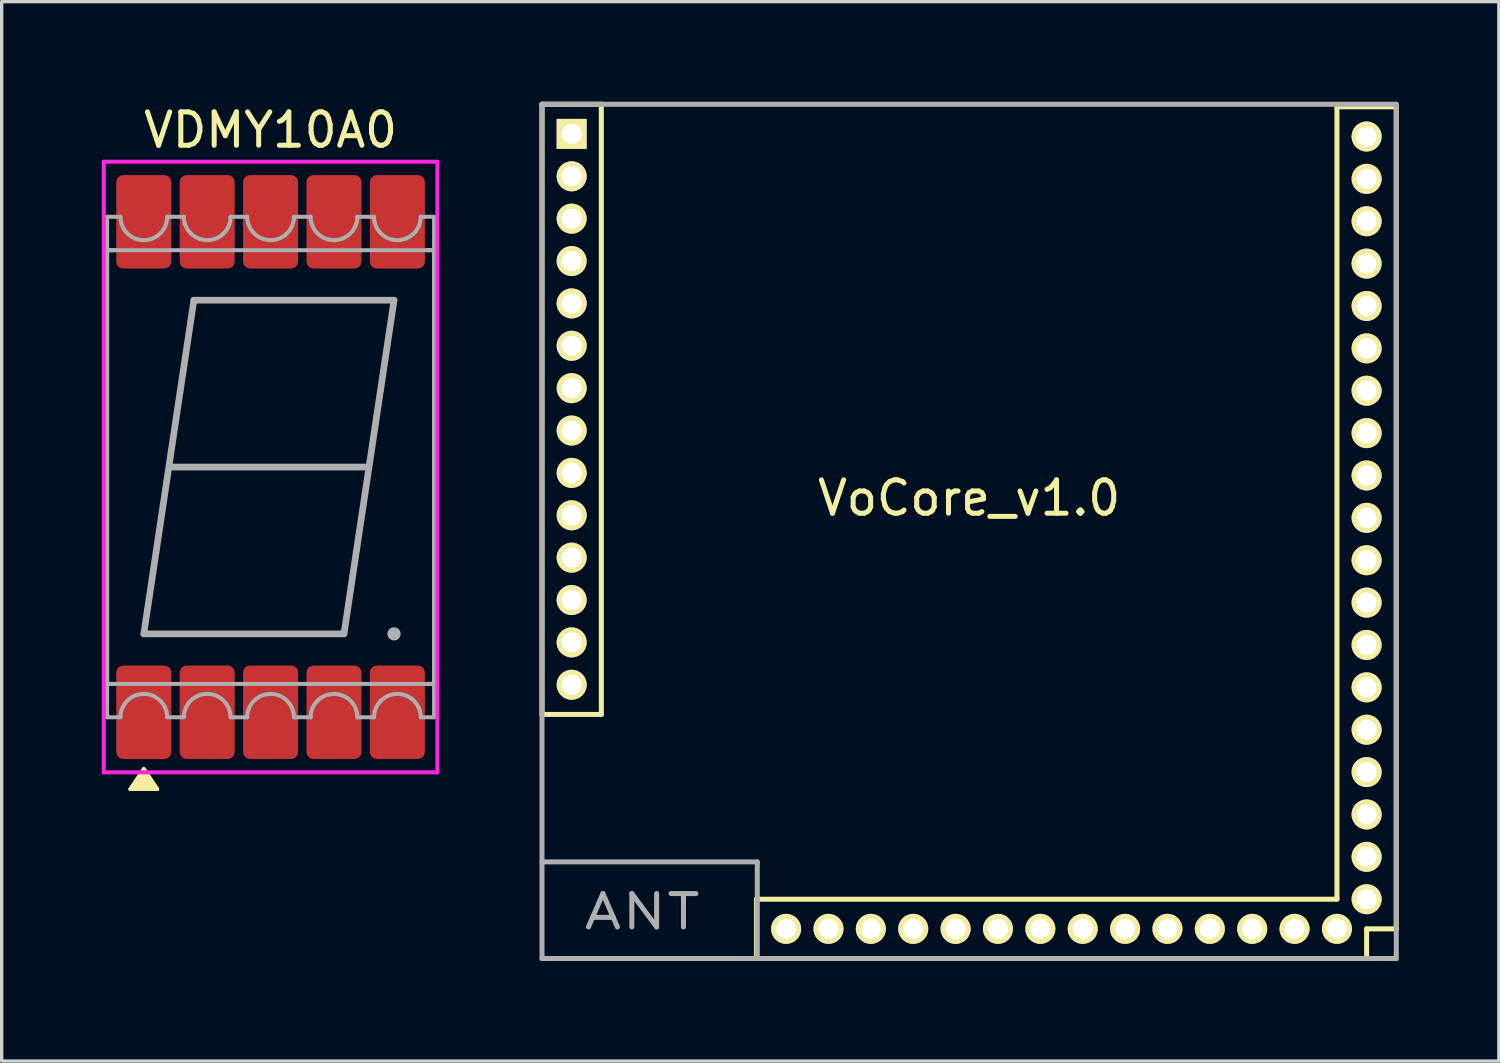
<source format=kicad_pcb>
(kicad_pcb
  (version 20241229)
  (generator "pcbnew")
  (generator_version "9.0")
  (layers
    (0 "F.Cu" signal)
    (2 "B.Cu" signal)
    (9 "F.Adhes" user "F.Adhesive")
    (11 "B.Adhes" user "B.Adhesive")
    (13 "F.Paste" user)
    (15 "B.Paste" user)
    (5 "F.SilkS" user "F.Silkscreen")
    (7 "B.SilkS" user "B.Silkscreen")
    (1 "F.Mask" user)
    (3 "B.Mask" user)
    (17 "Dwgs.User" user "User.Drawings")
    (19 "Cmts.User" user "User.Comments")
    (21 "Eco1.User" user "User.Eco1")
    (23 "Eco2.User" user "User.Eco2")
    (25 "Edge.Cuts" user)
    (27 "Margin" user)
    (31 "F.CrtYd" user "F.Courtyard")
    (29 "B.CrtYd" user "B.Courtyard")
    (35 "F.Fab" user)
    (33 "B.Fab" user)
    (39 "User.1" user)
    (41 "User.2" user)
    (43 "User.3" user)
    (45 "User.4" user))
  (footprint "VoCore_v1.0"
    (layer "F.Cu")
    (at 25.997 12.877)
    (property "Reference" "VoCore_v1.0" (at 0 -1 0) (layer "F.SilkS") (effects (font (size 1 1) (thickness 0.15))))
    (attr through_hole)
    (fp_line (start -12.802 -12.802) (end -11.024 -12.802) (stroke (width 0.15) (type solid)) (layer "F.SilkS"))
    (fp_line (start -12.802 5.486) (end -12.802 -12.802) (stroke (width 0.15) (type solid)) (layer "F.SilkS"))
    (fp_line (start -11.024 -12.802) (end -11.024 5.486) (stroke (width 0.15) (type solid)) (layer "F.SilkS"))
    (fp_line (start -11.024 5.486) (end -12.802 5.486) (stroke (width 0.15) (type solid)) (layer "F.SilkS"))
    (fp_line (start -6.375 11.024) (end 11.024 11.024) (stroke (width 0.15) (type solid)) (layer "F.SilkS"))
    (fp_line (start -6.375 12.802) (end -6.375 11.024) (stroke (width 0.15) (type solid)) (layer "F.SilkS"))
    (fp_line (start 11.024 -12.725) (end 12.802 -12.725) (stroke (width 0.15) (type solid)) (layer "F.SilkS"))
    (fp_line (start 11.024 11.024) (end 11.024 -12.725) (stroke (width 0.15) (type solid)) (layer "F.SilkS"))
    (fp_line (start 11.913 11.913) (end 11.913 12.802) (stroke (width 0.15) (type solid)) (layer "F.SilkS"))
    (fp_line (start 11.913 12.802) (end -6.375 12.802) (stroke (width 0.15) (type solid)) (layer "F.SilkS"))
    (fp_line (start 12.802 -12.725) (end 12.802 11.913) (stroke (width 0.15) (type solid)) (layer "F.SilkS"))
    (fp_line (start 12.802 11.913) (end 11.913 11.913) (stroke (width 0.15) (type solid)) (layer "F.SilkS"))
    (fp_line (start -12.802 -12.802) (end 12.802 -12.802) (stroke (width 0.15) (type solid)) (layer "F.Fab"))
    (fp_line (start -12.802 9.906) (end -6.35 9.906) (stroke (width 0.15) (type solid)) (layer "F.Fab"))
    (fp_line (start -12.802 12.802) (end -12.802 -12.802) (stroke (width 0.15) (type solid)) (layer "F.Fab"))
    (fp_line (start -6.35 9.906) (end -6.35 12.802) (stroke (width 0.15) (type solid)) (layer "F.Fab"))
    (fp_line (start 12.802 -12.802) (end 12.802 12.802) (stroke (width 0.15) (type solid)) (layer "F.Fab"))
    (fp_line (start 12.802 12.802) (end -12.802 12.802) (stroke (width 0.15) (type solid)) (layer "F.Fab"))
    (fp_text user "ANT" (at -9.8 11.4 0) (layer "F.Fab") (effects (font (size 1 1.3) (thickness 0.15))))
    (pad "1" thru_hole rect (at -11.913 -11.913) (size 0.9 0.9) (drill 0.6) (layers "*.Cu" "*.Mask" "F.SilkS"))
    (pad "2" thru_hole circle (at -11.913 -10.643) (size 0.9 0.9) (drill 0.6) (layers "*.Cu" "*.Mask" "F.SilkS"))
    (pad "3" thru_hole circle (at -11.913 -9.373) (size 0.9 0.9) (drill 0.6) (layers "*.Cu" "*.Mask" "F.SilkS"))
    (pad "4" thru_hole circle (at -11.913 -8.103) (size 0.9 0.9) (drill 0.6) (layers "*.Cu" "*.Mask" "F.SilkS"))
    (pad "5" thru_hole circle (at -11.913 -6.833) (size 0.9 0.9) (drill 0.6) (layers "*.Cu" "*.Mask" "F.SilkS"))
    (pad "6" thru_hole circle (at -11.913 -5.563) (size 0.9 0.9) (drill 0.6) (layers "*.Cu" "*.Mask" "F.SilkS"))
    (pad "7" thru_hole circle (at -11.913 -4.293) (size 0.9 0.9) (drill 0.6) (layers "*.Cu" "*.Mask" "F.SilkS"))
    (pad "8" thru_hole circle (at -11.913 -3.023) (size 0.9 0.9) (drill 0.6) (layers "*.Cu" "*.Mask" "F.SilkS"))
    (pad "9" thru_hole circle (at -11.913 -1.753) (size 0.9 0.9) (drill 0.6) (layers "*.Cu" "*.Mask" "F.SilkS"))
    (pad "10" thru_hole circle (at -11.913 -0.483) (size 0.9 0.9) (drill 0.6) (layers "*.Cu" "*.Mask" "F.SilkS"))
    (pad "11" thru_hole circle (at -11.913 0.787) (size 0.9 0.9) (drill 0.6) (layers "*.Cu" "*.Mask" "F.SilkS"))
    (pad "12" thru_hole circle (at -11.913 2.057) (size 0.9 0.9) (drill 0.6) (layers "*.Cu" "*.Mask" "F.SilkS"))
    (pad "13" thru_hole circle (at -11.913 3.327) (size 0.9 0.9) (drill 0.6) (layers "*.Cu" "*.Mask" "F.SilkS"))
    (pad "14" thru_hole circle (at -11.913 4.597) (size 0.9 0.9) (drill 0.6) (layers "*.Cu" "*.Mask" "F.SilkS"))
    (pad "15" thru_hole circle (at -5.486 11.913) (size 0.9 0.9) (drill 0.6) (layers "*.Cu" "*.Mask" "F.SilkS"))
    (pad "16" thru_hole circle (at -4.216 11.913) (size 0.9 0.9) (drill 0.6) (layers "*.Cu" "*.Mask" "F.SilkS"))
    (pad "17" thru_hole circle (at -2.946 11.913) (size 0.9 0.9) (drill 0.6) (layers "*.Cu" "*.Mask" "F.SilkS"))
    (pad "18" thru_hole circle (at -1.676 11.913) (size 0.9 0.9) (drill 0.6) (layers "*.Cu" "*.Mask" "F.SilkS"))
    (pad "19" thru_hole circle (at -0.406 11.913) (size 0.9 0.9) (drill 0.6) (layers "*.Cu" "*.Mask" "F.SilkS"))
    (pad "20" thru_hole circle (at 0.864 11.913) (size 0.9 0.9) (drill 0.6) (layers "*.Cu" "*.Mask" "F.SilkS"))
    (pad "21" thru_hole circle (at 2.134 11.913) (size 0.9 0.9) (drill 0.6) (layers "*.Cu" "*.Mask" "F.SilkS"))
    (pad "22" thru_hole circle (at 3.404 11.913) (size 0.9 0.9) (drill 0.6) (layers "*.Cu" "*.Mask" "F.SilkS"))
    (pad "23" thru_hole circle (at 4.674 11.913) (size 0.9 0.9) (drill 0.6) (layers "*.Cu" "*.Mask" "F.SilkS"))
    (pad "24" thru_hole circle (at 5.944 11.913) (size 0.9 0.9) (drill 0.6) (layers "*.Cu" "*.Mask" "F.SilkS"))
    (pad "25" thru_hole circle (at 7.214 11.913) (size 0.9 0.9) (drill 0.6) (layers "*.Cu" "*.Mask" "F.SilkS"))
    (pad "26" thru_hole circle (at 8.484 11.913) (size 0.9 0.9) (drill 0.6) (layers "*.Cu" "*.Mask" "F.SilkS"))
    (pad "27" thru_hole circle (at 9.754 11.913) (size 0.9 0.9) (drill 0.6) (layers "*.Cu" "*.Mask" "F.SilkS"))
    (pad "28" thru_hole circle (at 11.024 11.913) (size 0.9 0.9) (drill 0.6) (layers "*.Cu" "*.Mask" "F.SilkS"))
    (pad "29" thru_hole circle (at 11.913 11.024) (size 0.9 0.9) (drill 0.6) (layers "*.Cu" "*.Mask" "F.SilkS"))
    (pad "30" thru_hole circle (at 11.913 9.754) (size 0.9 0.9) (drill 0.6) (layers "*.Cu" "*.Mask" "F.SilkS"))
    (pad "31" thru_hole circle (at 11.913 8.484) (size 0.9 0.9) (drill 0.6) (layers "*.Cu" "*.Mask" "F.SilkS"))
    (pad "32" thru_hole circle (at 11.913 7.214) (size 0.9 0.9) (drill 0.6) (layers "*.Cu" "*.Mask" "F.SilkS"))
    (pad "33" thru_hole circle (at 11.913 5.944) (size 0.9 0.9) (drill 0.6) (layers "*.Cu" "*.Mask" "F.SilkS"))
    (pad "34" thru_hole circle (at 11.913 4.674) (size 0.9 0.9) (drill 0.6) (layers "*.Cu" "*.Mask" "F.SilkS"))
    (pad "35" thru_hole circle (at 11.913 3.404) (size 0.9 0.9) (drill 0.6) (layers "*.Cu" "*.Mask" "F.SilkS"))
    (pad "36" thru_hole circle (at 11.913 2.134) (size 0.9 0.9) (drill 0.6) (layers "*.Cu" "*.Mask" "F.SilkS"))
    (pad "37" thru_hole circle (at 11.913 0.864) (size 0.9 0.9) (drill 0.6) (layers "*.Cu" "*.Mask" "F.SilkS"))
    (pad "38" thru_hole circle (at 11.913 -0.406) (size 0.9 0.9) (drill 0.6) (layers "*.Cu" "*.Mask" "F.SilkS"))
    (pad "39" thru_hole circle (at 11.913 -1.676) (size 0.9 0.9) (drill 0.6) (layers "*.Cu" "*.Mask" "F.SilkS"))
    (pad "40" thru_hole circle (at 11.913 -2.946) (size 0.9 0.9) (drill 0.6) (layers "*.Cu" "*.Mask" "F.SilkS"))
    (pad "41" thru_hole circle (at 11.913 -4.216) (size 0.9 0.9) (drill 0.6) (layers "*.Cu" "*.Mask" "F.SilkS"))
    (pad "42" thru_hole circle (at 11.913 -5.486) (size 0.9 0.9) (drill 0.6) (layers "*.Cu" "*.Mask" "F.SilkS"))
    (pad "43" thru_hole circle (at 11.913 -6.756) (size 0.9 0.9) (drill 0.6) (layers "*.Cu" "*.Mask" "F.SilkS"))
    (pad "44" thru_hole circle (at 11.913 -8.026) (size 0.9 0.9) (drill 0.6) (layers "*.Cu" "*.Mask" "F.SilkS"))
    (pad "45" thru_hole circle (at 11.913 -9.296) (size 0.9 0.9) (drill 0.6) (layers "*.Cu" "*.Mask" "F.SilkS"))
    (pad "46" thru_hole circle (at 11.913 -10.566) (size 0.9 0.9) (drill 0.6) (layers "*.Cu" "*.Mask" "F.SilkS"))
    (pad "47" thru_hole circle (at 11.913 -11.836) (size 0.9 0.9) (drill 0.6) (layers "*.Cu" "*.Mask" "F.SilkS")))
  (footprint "VDMY10A0"
    (layer "F.Cu")
    (at 5.06 10.948)
    (property "Reference" "VDMY10A0" (at 0 -10.1 0) (layer "F.SilkS") (effects (font (size 1 1) (thickness 0.15))))
    (attr through_hole)
    (fp_line (start -4.9 -6.5) (end -4.7 -6.5) (stroke (width 0.12) (type solid)) (layer "F.SilkS"))
    (fp_line (start -4.9 6.5) (end -4.9 -6.5) (stroke (width 0.12) (type solid)) (layer "F.SilkS"))
    (fp_line (start -4.7 6.5) (end -4.9 6.5) (stroke (width 0.12) (type solid)) (layer "F.SilkS"))
    (fp_line (start -4.2 9.65) (end -3.8 9.05) (stroke (width 0.12) (type solid)) (layer "F.SilkS"))
    (fp_line (start -4.2 9.65) (end -3.8 9.15) (stroke (width 0.12) (type solid)) (layer "F.SilkS"))
    (fp_line (start -4.1 9.55) (end -3.5 9.55) (stroke (width 0.12) (type solid)) (layer "F.SilkS"))
    (fp_line (start -3.9 9.35) (end -3.7 9.35) (stroke (width 0.12) (type solid)) (layer "F.SilkS"))
    (fp_line (start -3.8 9.05) (end -3.4 9.65) (stroke (width 0.12) (type solid)) (layer "F.SilkS"))
    (fp_line (start -3.8 9.15) (end -3.8 9.65) (stroke (width 0.12) (type solid)) (layer "F.SilkS"))
    (fp_line (start -3.8 9.15) (end -3.4 9.65) (stroke (width 0.12) (type solid)) (layer "F.SilkS"))
    (fp_line (start -3.6 9.45) (end -4 9.45) (stroke (width 0.12) (type solid)) (layer "F.SilkS"))
    (fp_line (start -3.4 9.65) (end -4.2 9.65) (stroke (width 0.12) (type solid)) (layer "F.SilkS"))
    (fp_line (start 4.7 -6.5) (end 4.9 -6.5) (stroke (width 0.12) (type solid)) (layer "F.SilkS"))
    (fp_line (start 4.9 -6.5) (end 4.9 6.5) (stroke (width 0.12) (type solid)) (layer "F.SilkS"))
    (fp_line (start 4.9 6.5) (end 4.7 6.5) (stroke (width 0.12) (type solid)) (layer "F.SilkS"))
    (fp_line (start -5 -9.15) (end 5 -9.15) (stroke (width 0.12) (type solid)) (layer "F.CrtYd"))
    (fp_line (start -5 9.15) (end -5 -9.15) (stroke (width 0.12) (type solid)) (layer "F.CrtYd"))
    (fp_line (start 5 -9.15) (end 5 9.15) (stroke (width 0.12) (type solid)) (layer "F.CrtYd"))
    (fp_line (start 5 9.15) (end -5 9.15) (stroke (width 0.12) (type solid)) (layer "F.CrtYd"))
    (fp_line (start -4.9 -7.5) (end -4.5 -7.5) (stroke (width 0.12) (type solid)) (layer "F.Fab"))
    (fp_line (start -4.9 -6.5) (end -4.9 -7.5) (stroke (width 0.12) (type solid)) (layer "F.Fab"))
    (fp_line (start -4.9 -6.5) (end 4.9 -6.5) (stroke (width 0.12) (type solid)) (layer "F.Fab"))
    (fp_line (start -4.9 6.5) (end -4.9 -6.5) (stroke (width 0.12) (type solid)) (layer "F.Fab"))
    (fp_line (start -4.9 7.5) (end -4.9 6.5) (stroke (width 0.12) (type solid)) (layer "F.Fab"))
    (fp_line (start -4.5 7.5) (end -4.9 7.5) (stroke (width 0.12) (type solid)) (layer "F.Fab"))
    (fp_line (start -3.8 5) (end -2.3 -5) (stroke (width 0.2) (type solid)) (layer "F.Fab"))
    (fp_line (start -3.1 -7.5) (end -2.6 -7.5) (stroke (width 0.12) (type solid)) (layer "F.Fab"))
    (fp_line (start -2.98 0) (end 2.9 0) (stroke (width 0.2) (type solid)) (layer "F.Fab"))
    (fp_line (start -2.6 7.5) (end -3.1 7.5) (stroke (width 0.12) (type solid)) (layer "F.Fab"))
    (fp_line (start -2.3 -5) (end 3.7 -5) (stroke (width 0.2) (type solid)) (layer "F.Fab"))
    (fp_line (start -1.2 -7.5) (end -0.7 -7.5) (stroke (width 0.12) (type solid)) (layer "F.Fab"))
    (fp_line (start -0.7 7.5) (end -1.2 7.5) (stroke (width 0.12) (type solid)) (layer "F.Fab"))
    (fp_line (start 0.7 -7.5) (end 1.2 -7.5) (stroke (width 0.12) (type solid)) (layer "F.Fab"))
    (fp_line (start 1.2 7.5) (end 0.7 7.5) (stroke (width 0.12) (type solid)) (layer "F.Fab"))
    (fp_line (start 2.2 5) (end -3.8 5) (stroke (width 0.2) (type solid)) (layer "F.Fab"))
    (fp_line (start 2.6 -7.5) (end 3.1 -7.5) (stroke (width 0.12) (type solid)) (layer "F.Fab"))
    (fp_line (start 3.1 7.5) (end 2.6 7.5) (stroke (width 0.12) (type solid)) (layer "F.Fab"))
    (fp_line (start 3.7 -5) (end 2.2 5) (stroke (width 0.2) (type solid)) (layer "F.Fab"))
    (fp_line (start 4.5 -7.5) (end 4.9 -7.5) (stroke (width 0.12) (type solid)) (layer "F.Fab"))
    (fp_line (start 4.9 -7.5) (end 4.9 -6.5) (stroke (width 0.12) (type solid)) (layer "F.Fab"))
    (fp_line (start 4.9 -6.5) (end 4.9 6.5) (stroke (width 0.12) (type solid)) (layer "F.Fab"))
    (fp_line (start 4.9 6.5) (end -4.9 6.5) (stroke (width 0.12) (type solid)) (layer "F.Fab"))
    (fp_line (start 4.9 6.5) (end 4.9 7.5) (stroke (width 0.12) (type solid)) (layer "F.Fab"))
    (fp_line (start 4.9 7.5) (end 4.5 7.5) (stroke (width 0.12) (type solid)) (layer "F.Fab"))
    (fp_arc (start -4.5 7.5) (mid -3.8 6.8) (end -3.1 7.5) (stroke (width 0.12) (type solid)) (layer "F.Fab"))
    (fp_arc (start -3.1 -7.5) (mid -3.8 -6.8) (end -4.5 -7.5) (stroke (width 0.12) (type solid)) (layer "F.Fab"))
    (fp_arc (start -2.6 7.5) (mid -1.9 6.8) (end -1.2 7.5) (stroke (width 0.12) (type solid)) (layer "F.Fab"))
    (fp_arc (start -1.2 -7.5) (mid -1.9 -6.8) (end -2.6 -7.5) (stroke (width 0.12) (type solid)) (layer "F.Fab"))
    (fp_arc (start -0.7 7.5) (mid 0 6.8) (end 0.7 7.5) (stroke (width 0.12) (type solid)) (layer "F.Fab"))
    (fp_arc (start 0.7 -7.5) (mid 0 -6.8) (end -0.7 -7.5) (stroke (width 0.12) (type solid)) (layer "F.Fab"))
    (fp_arc (start 1.2 7.5) (mid 1.9 6.8) (end 2.6 7.5) (stroke (width 0.12) (type solid)) (layer "F.Fab"))
    (fp_arc (start 2.6 -7.5) (mid 1.9 -6.8) (end 1.2 -7.5) (stroke (width 0.12) (type solid)) (layer "F.Fab"))
    (fp_arc (start 3.1 7.5) (mid 3.8 6.8) (end 4.5 7.5) (stroke (width 0.12) (type solid)) (layer "F.Fab"))
    (fp_arc (start 4.5 -7.5) (mid 3.8 -6.8) (end 3.1 -7.5) (stroke (width 0.12) (type solid)) (layer "F.Fab"))
    (fp_circle (center 3.7 5) (end 3.8 5) (stroke (width 0.2) (type solid)) (fill no) (layer "F.Fab"))
    (pad "1" smd roundrect (at -3.8 7.35) (size 1.65 2.8) (layers "F.Cu" "F.Mask" "F.Paste") (roundrect_rratio 0.125))
    (pad "2" smd roundrect (at -1.9 7.35) (size 1.65 2.8) (layers "F.Cu" "F.Mask" "F.Paste") (roundrect_rratio 0.125))
    (pad "3" smd roundrect (at 0 7.35) (size 1.65 2.8) (layers "F.Cu" "F.Mask" "F.Paste") (roundrect_rratio 0.125))
    (pad "4" smd roundrect (at 1.9 7.35) (size 1.65 2.8) (layers "F.Cu" "F.Mask" "F.Paste") (roundrect_rratio 0.125))
    (pad "5" smd roundrect (at 3.8 7.35) (size 1.65 2.8) (layers "F.Cu" "F.Mask" "F.Paste") (roundrect_rratio 0.125))
    (pad "6" smd roundrect (at 3.8 -7.35) (size 1.65 2.8) (layers "F.Cu" "F.Mask" "F.Paste") (roundrect_rratio 0.125))
    (pad "7" smd roundrect (at 1.9 -7.35) (size 1.65 2.8) (layers "F.Cu" "F.Mask" "F.Paste") (roundrect_rratio 0.125))
    (pad "8" smd roundrect (at 0 -7.35) (size 1.65 2.8) (layers "F.Cu" "F.Mask" "F.Paste") (roundrect_rratio 0.125))
    (pad "9" smd roundrect (at -1.9 -7.35) (size 1.65 2.8) (layers "F.Cu" "F.Mask" "F.Paste") (roundrect_rratio 0.125))
    (pad "10" smd roundrect (at -3.8 -7.35) (size 1.65 2.8) (layers "F.Cu" "F.Mask" "F.Paste") (roundrect_rratio 0.125)))
  (gr_rect
    (start -3 -3)
    (end 41.873 28.753)
    (stroke (width 0.1) (type default))
    (fill no)
    (layer "Edge.Cuts")))
</source>
